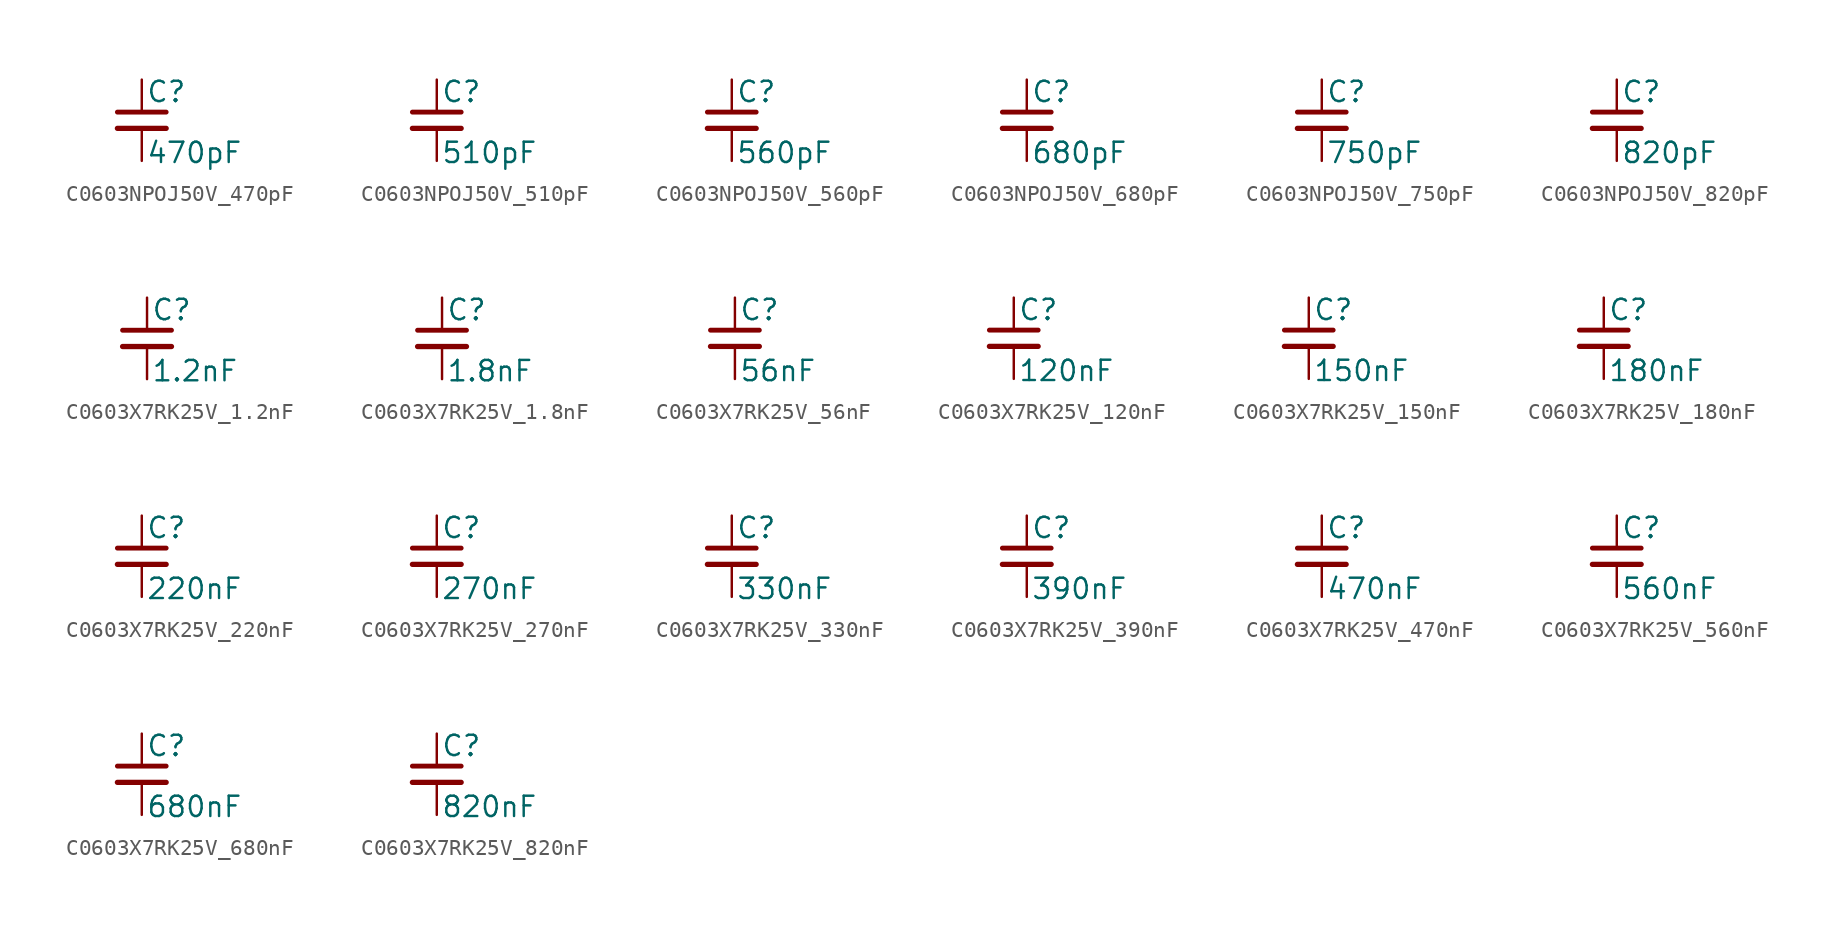
<source format=kicad_sym>
(kicad_symbol_lib
  (version 20220914)
  (generator kicad_symbol_editor)
  (symbol "C0603NPOJ50V_470pF"
    (pin_numbers hide)
    (pin_names
      (offset 0.254) hide)
    (property "Reference" "C"
      (at 0.254 1.778 0)
      (effects (font (size 1.27 1.27)) (justify left)))
    (property "Value" "470pF"
      (at 0.254 -2.032 0)
      (effects (font (size 1.27 1.27)) (justify left)))
    (symbol "C0603NPOJ50V_470pF_0_1"
      (polyline (pts (xy -1.524 -0.508) (xy 1.524 -0.508)) (stroke (width 0.33) (type default)) (fill (type none)))
      (polyline (pts (xy -1.524 0.508) (xy 1.524 0.508)) (stroke (width 0.305) (type default)) (fill (type none))))
    (symbol "C0603NPOJ50V_470pF_1_1"
      (pin passive line (at 0 2.54 270) (length 2.032) (name "~" (effects (font (size 1.27 1.27)))) (number "1" (effects (font (size 1.27 1.27)))))
      (pin passive line (at 0 -2.54 90) (length 2.032) (name "~" (effects (font (size 1.27 1.27)))) (number "2" (effects (font (size 1.27 1.27)))))))
  (symbol "C0603NPOJ50V_510pF"
    (pin_numbers hide)
    (pin_names
      (offset 0.254) hide)
    (property "Reference" "C"
      (at 0.254 1.778 0)
      (effects (font (size 1.27 1.27)) (justify left)))
    (property "Value" "510pF"
      (at 0.254 -2.032 0)
      (effects (font (size 1.27 1.27)) (justify left)))
    (symbol "C0603NPOJ50V_510pF_0_1"
      (polyline (pts (xy -1.524 -0.508) (xy 1.524 -0.508)) (stroke (width 0.33) (type default)) (fill (type none)))
      (polyline (pts (xy -1.524 0.508) (xy 1.524 0.508)) (stroke (width 0.305) (type default)) (fill (type none))))
    (symbol "C0603NPOJ50V_510pF_1_1"
      (pin passive line (at 0 2.54 270) (length 2.032) (name "~" (effects (font (size 1.27 1.27)))) (number "1" (effects (font (size 1.27 1.27)))))
      (pin passive line (at 0 -2.54 90) (length 2.032) (name "~" (effects (font (size 1.27 1.27)))) (number "2" (effects (font (size 1.27 1.27)))))))
  (symbol "C0603NPOJ50V_560pF"
    (pin_numbers hide)
    (pin_names
      (offset 0.254) hide)
    (property "Reference" "C"
      (at 0.254 1.778 0)
      (effects (font (size 1.27 1.27)) (justify left)))
    (property "Value" "560pF"
      (at 0.254 -2.032 0)
      (effects (font (size 1.27 1.27)) (justify left)))
    (symbol "C0603NPOJ50V_560pF_0_1"
      (polyline (pts (xy -1.524 -0.508) (xy 1.524 -0.508)) (stroke (width 0.33) (type default)) (fill (type none)))
      (polyline (pts (xy -1.524 0.508) (xy 1.524 0.508)) (stroke (width 0.305) (type default)) (fill (type none))))
    (symbol "C0603NPOJ50V_560pF_1_1"
      (pin passive line (at 0 2.54 270) (length 2.032) (name "~" (effects (font (size 1.27 1.27)))) (number "1" (effects (font (size 1.27 1.27)))))
      (pin passive line (at 0 -2.54 90) (length 2.032) (name "~" (effects (font (size 1.27 1.27)))) (number "2" (effects (font (size 1.27 1.27)))))))
  (symbol "C0603NPOJ50V_680pF"
    (pin_numbers hide)
    (pin_names
      (offset 0.254) hide)
    (property "Reference" "C"
      (at 0.254 1.778 0)
      (effects (font (size 1.27 1.27)) (justify left)))
    (property "Value" "680pF"
      (at 0.254 -2.032 0)
      (effects (font (size 1.27 1.27)) (justify left)))
    (symbol "C0603NPOJ50V_680pF_0_1"
      (polyline (pts (xy -1.524 -0.508) (xy 1.524 -0.508)) (stroke (width 0.33) (type default)) (fill (type none)))
      (polyline (pts (xy -1.524 0.508) (xy 1.524 0.508)) (stroke (width 0.305) (type default)) (fill (type none))))
    (symbol "C0603NPOJ50V_680pF_1_1"
      (pin passive line (at 0 2.54 270) (length 2.032) (name "~" (effects (font (size 1.27 1.27)))) (number "1" (effects (font (size 1.27 1.27)))))
      (pin passive line (at 0 -2.54 90) (length 2.032) (name "~" (effects (font (size 1.27 1.27)))) (number "2" (effects (font (size 1.27 1.27)))))))
  (symbol "C0603NPOJ50V_750pF"
    (pin_numbers hide)
    (pin_names
      (offset 0.254) hide)
    (property "Reference" "C"
      (at 0.254 1.778 0)
      (effects (font (size 1.27 1.27)) (justify left)))
    (property "Value" "750pF"
      (at 0.254 -2.032 0)
      (effects (font (size 1.27 1.27)) (justify left)))
    (symbol "C0603NPOJ50V_750pF_0_1"
      (polyline (pts (xy -1.524 -0.508) (xy 1.524 -0.508)) (stroke (width 0.33) (type default)) (fill (type none)))
      (polyline (pts (xy -1.524 0.508) (xy 1.524 0.508)) (stroke (width 0.305) (type default)) (fill (type none))))
    (symbol "C0603NPOJ50V_750pF_1_1"
      (pin passive line (at 0 2.54 270) (length 2.032) (name "~" (effects (font (size 1.27 1.27)))) (number "1" (effects (font (size 1.27 1.27)))))
      (pin passive line (at 0 -2.54 90) (length 2.032) (name "~" (effects (font (size 1.27 1.27)))) (number "2" (effects (font (size 1.27 1.27)))))))
  (symbol "C0603NPOJ50V_820pF"
    (pin_numbers hide)
    (pin_names
      (offset 0.254) hide)
    (property "Reference" "C"
      (at 0.254 1.778 0)
      (effects (font (size 1.27 1.27)) (justify left)))
    (property "Value" "820pF"
      (at 0.254 -2.032 0)
      (effects (font (size 1.27 1.27)) (justify left)))
    (symbol "C0603NPOJ50V_820pF_0_1"
      (polyline (pts (xy -1.524 -0.508) (xy 1.524 -0.508)) (stroke (width 0.33) (type default)) (fill (type none)))
      (polyline (pts (xy -1.524 0.508) (xy 1.524 0.508)) (stroke (width 0.305) (type default)) (fill (type none))))
    (symbol "C0603NPOJ50V_820pF_1_1"
      (pin passive line (at 0 2.54 270) (length 2.032) (name "~" (effects (font (size 1.27 1.27)))) (number "1" (effects (font (size 1.27 1.27)))))
      (pin passive line (at 0 -2.54 90) (length 2.032) (name "~" (effects (font (size 1.27 1.27)))) (number "2" (effects (font (size 1.27 1.27)))))))
  (symbol "C0603X7RK25V_1.2nF"
    (pin_numbers hide)
    (pin_names
      (offset 0.254) hide)
    (property "Reference" "C"
      (at 0.254 1.778 0)
      (effects (font (size 1.27 1.27)) (justify left)))
    (property "Value" "1.2nF"
      (at 0.254 -2.032 0)
      (effects (font (size 1.27 1.27)) (justify left)))
    (symbol "C0603X7RK25V_1.2nF_0_1"
      (polyline (pts (xy -1.524 -0.508) (xy 1.524 -0.508)) (stroke (width 0.33) (type default)) (fill (type none)))
      (polyline (pts (xy -1.524 0.508) (xy 1.524 0.508)) (stroke (width 0.305) (type default)) (fill (type none))))
    (symbol "C0603X7RK25V_1.2nF_1_1"
      (pin passive line (at 0 2.54 270) (length 2.032) (name "~" (effects (font (size 1.27 1.27)))) (number "1" (effects (font (size 1.27 1.27)))))
      (pin passive line (at 0 -2.54 90) (length 2.032) (name "~" (effects (font (size 1.27 1.27)))) (number "2" (effects (font (size 1.27 1.27)))))))
  (symbol "C0603X7RK25V_1.8nF"
    (pin_numbers hide)
    (pin_names
      (offset 0.254) hide)
    (property "Reference" "C"
      (at 0.254 1.778 0)
      (effects (font (size 1.27 1.27)) (justify left)))
    (property "Value" "1.8nF"
      (at 0.254 -2.032 0)
      (effects (font (size 1.27 1.27)) (justify left)))
    (symbol "C0603X7RK25V_1.8nF_0_1"
      (polyline (pts (xy -1.524 -0.508) (xy 1.524 -0.508)) (stroke (width 0.33) (type default)) (fill (type none)))
      (polyline (pts (xy -1.524 0.508) (xy 1.524 0.508)) (stroke (width 0.305) (type default)) (fill (type none))))
    (symbol "C0603X7RK25V_1.8nF_1_1"
      (pin passive line (at 0 2.54 270) (length 2.032) (name "~" (effects (font (size 1.27 1.27)))) (number "1" (effects (font (size 1.27 1.27)))))
      (pin passive line (at 0 -2.54 90) (length 2.032) (name "~" (effects (font (size 1.27 1.27)))) (number "2" (effects (font (size 1.27 1.27)))))))
  (symbol "C0603X7RK25V_56nF"
    (pin_numbers hide)
    (pin_names
      (offset 0.254) hide)
    (property "Reference" "C"
      (at 0.254 1.778 0)
      (effects (font (size 1.27 1.27)) (justify left)))
    (property "Value" "56nF"
      (at 0.254 -2.032 0)
      (effects (font (size 1.27 1.27)) (justify left)))
    (symbol "C0603X7RK25V_56nF_0_1"
      (polyline (pts (xy -1.524 -0.508) (xy 1.524 -0.508)) (stroke (width 0.33) (type default)) (fill (type none)))
      (polyline (pts (xy -1.524 0.508) (xy 1.524 0.508)) (stroke (width 0.305) (type default)) (fill (type none))))
    (symbol "C0603X7RK25V_56nF_1_1"
      (pin passive line (at 0 2.54 270) (length 2.032) (name "~" (effects (font (size 1.27 1.27)))) (number "1" (effects (font (size 1.27 1.27)))))
      (pin passive line (at 0 -2.54 90) (length 2.032) (name "~" (effects (font (size 1.27 1.27)))) (number "2" (effects (font (size 1.27 1.27)))))))
  (symbol "C0603X7RK25V_120nF"
    (pin_numbers hide)
    (pin_names
      (offset 0.254) hide)
    (property "Reference" "C"
      (at 0.254 1.778 0)
      (effects (font (size 1.27 1.27)) (justify left)))
    (property "Value" "120nF"
      (at 0.254 -2.032 0)
      (effects (font (size 1.27 1.27)) (justify left)))
    (symbol "C0603X7RK25V_120nF_0_1"
      (polyline (pts (xy -1.524 -0.508) (xy 1.524 -0.508)) (stroke (width 0.33) (type default)) (fill (type none)))
      (polyline (pts (xy -1.524 0.508) (xy 1.524 0.508)) (stroke (width 0.305) (type default)) (fill (type none))))
    (symbol "C0603X7RK25V_120nF_1_1"
      (pin passive line (at 0 2.54 270) (length 2.032) (name "~" (effects (font (size 1.27 1.27)))) (number "1" (effects (font (size 1.27 1.27)))))
      (pin passive line (at 0 -2.54 90) (length 2.032) (name "~" (effects (font (size 1.27 1.27)))) (number "2" (effects (font (size 1.27 1.27)))))))
  (symbol "C0603X7RK25V_150nF"
    (pin_numbers hide)
    (pin_names
      (offset 0.254) hide)
    (property "Reference" "C"
      (at 0.254 1.778 0)
      (effects (font (size 1.27 1.27)) (justify left)))
    (property "Value" "150nF"
      (at 0.254 -2.032 0)
      (effects (font (size 1.27 1.27)) (justify left)))
    (symbol "C0603X7RK25V_150nF_0_1"
      (polyline (pts (xy -1.524 -0.508) (xy 1.524 -0.508)) (stroke (width 0.33) (type default)) (fill (type none)))
      (polyline (pts (xy -1.524 0.508) (xy 1.524 0.508)) (stroke (width 0.305) (type default)) (fill (type none))))
    (symbol "C0603X7RK25V_150nF_1_1"
      (pin passive line (at 0 2.54 270) (length 2.032) (name "~" (effects (font (size 1.27 1.27)))) (number "1" (effects (font (size 1.27 1.27)))))
      (pin passive line (at 0 -2.54 90) (length 2.032) (name "~" (effects (font (size 1.27 1.27)))) (number "2" (effects (font (size 1.27 1.27)))))))
  (symbol "C0603X7RK25V_180nF"
    (pin_numbers hide)
    (pin_names
      (offset 0.254) hide)
    (property "Reference" "C"
      (at 0.254 1.778 0)
      (effects (font (size 1.27 1.27)) (justify left)))
    (property "Value" "180nF"
      (at 0.254 -2.032 0)
      (effects (font (size 1.27 1.27)) (justify left)))
    (symbol "C0603X7RK25V_180nF_0_1"
      (polyline (pts (xy -1.524 -0.508) (xy 1.524 -0.508)) (stroke (width 0.33) (type default)) (fill (type none)))
      (polyline (pts (xy -1.524 0.508) (xy 1.524 0.508)) (stroke (width 0.305) (type default)) (fill (type none))))
    (symbol "C0603X7RK25V_180nF_1_1"
      (pin passive line (at 0 2.54 270) (length 2.032) (name "~" (effects (font (size 1.27 1.27)))) (number "1" (effects (font (size 1.27 1.27)))))
      (pin passive line (at 0 -2.54 90) (length 2.032) (name "~" (effects (font (size 1.27 1.27)))) (number "2" (effects (font (size 1.27 1.27)))))))
  (symbol "C0603X7RK25V_220nF"
    (pin_numbers hide)
    (pin_names
      (offset 0.254) hide)
    (property "Reference" "C"
      (at 0.254 1.778 0)
      (effects (font (size 1.27 1.27)) (justify left)))
    (property "Value" "220nF"
      (at 0.254 -2.032 0)
      (effects (font (size 1.27 1.27)) (justify left)))
    (symbol "C0603X7RK25V_220nF_0_1"
      (polyline (pts (xy -1.524 -0.508) (xy 1.524 -0.508)) (stroke (width 0.33) (type default)) (fill (type none)))
      (polyline (pts (xy -1.524 0.508) (xy 1.524 0.508)) (stroke (width 0.305) (type default)) (fill (type none))))
    (symbol "C0603X7RK25V_220nF_1_1"
      (pin passive line (at 0 2.54 270) (length 2.032) (name "~" (effects (font (size 1.27 1.27)))) (number "1" (effects (font (size 1.27 1.27)))))
      (pin passive line (at 0 -2.54 90) (length 2.032) (name "~" (effects (font (size 1.27 1.27)))) (number "2" (effects (font (size 1.27 1.27)))))))
  (symbol "C0603X7RK25V_270nF"
    (pin_numbers hide)
    (pin_names
      (offset 0.254) hide)
    (property "Reference" "C"
      (at 0.254 1.778 0)
      (effects (font (size 1.27 1.27)) (justify left)))
    (property "Value" "270nF"
      (at 0.254 -2.032 0)
      (effects (font (size 1.27 1.27)) (justify left)))
    (symbol "C0603X7RK25V_270nF_0_1"
      (polyline (pts (xy -1.524 -0.508) (xy 1.524 -0.508)) (stroke (width 0.33) (type default)) (fill (type none)))
      (polyline (pts (xy -1.524 0.508) (xy 1.524 0.508)) (stroke (width 0.305) (type default)) (fill (type none))))
    (symbol "C0603X7RK25V_270nF_1_1"
      (pin passive line (at 0 2.54 270) (length 2.032) (name "~" (effects (font (size 1.27 1.27)))) (number "1" (effects (font (size 1.27 1.27)))))
      (pin passive line (at 0 -2.54 90) (length 2.032) (name "~" (effects (font (size 1.27 1.27)))) (number "2" (effects (font (size 1.27 1.27)))))))
  (symbol "C0603X7RK25V_330nF"
    (pin_numbers hide)
    (pin_names
      (offset 0.254) hide)
    (property "Reference" "C"
      (at 0.254 1.778 0)
      (effects (font (size 1.27 1.27)) (justify left)))
    (property "Value" "330nF"
      (at 0.254 -2.032 0)
      (effects (font (size 1.27 1.27)) (justify left)))
    (symbol "C0603X7RK25V_330nF_0_1"
      (polyline (pts (xy -1.524 -0.508) (xy 1.524 -0.508)) (stroke (width 0.33) (type default)) (fill (type none)))
      (polyline (pts (xy -1.524 0.508) (xy 1.524 0.508)) (stroke (width 0.305) (type default)) (fill (type none))))
    (symbol "C0603X7RK25V_330nF_1_1"
      (pin passive line (at 0 2.54 270) (length 2.032) (name "~" (effects (font (size 1.27 1.27)))) (number "1" (effects (font (size 1.27 1.27)))))
      (pin passive line (at 0 -2.54 90) (length 2.032) (name "~" (effects (font (size 1.27 1.27)))) (number "2" (effects (font (size 1.27 1.27)))))))
  (symbol "C0603X7RK25V_390nF"
    (pin_numbers hide)
    (pin_names
      (offset 0.254) hide)
    (property "Reference" "C"
      (at 0.254 1.778 0)
      (effects (font (size 1.27 1.27)) (justify left)))
    (property "Value" "390nF"
      (at 0.254 -2.032 0)
      (effects (font (size 1.27 1.27)) (justify left)))
    (symbol "C0603X7RK25V_390nF_0_1"
      (polyline (pts (xy -1.524 -0.508) (xy 1.524 -0.508)) (stroke (width 0.33) (type default)) (fill (type none)))
      (polyline (pts (xy -1.524 0.508) (xy 1.524 0.508)) (stroke (width 0.305) (type default)) (fill (type none))))
    (symbol "C0603X7RK25V_390nF_1_1"
      (pin passive line (at 0 2.54 270) (length 2.032) (name "~" (effects (font (size 1.27 1.27)))) (number "1" (effects (font (size 1.27 1.27)))))
      (pin passive line (at 0 -2.54 90) (length 2.032) (name "~" (effects (font (size 1.27 1.27)))) (number "2" (effects (font (size 1.27 1.27)))))))
  (symbol "C0603X7RK25V_470nF"
    (pin_numbers hide)
    (pin_names
      (offset 0.254) hide)
    (property "Reference" "C"
      (at 0.254 1.778 0)
      (effects (font (size 1.27 1.27)) (justify left)))
    (property "Value" "470nF"
      (at 0.254 -2.032 0)
      (effects (font (size 1.27 1.27)) (justify left)))
    (symbol "C0603X7RK25V_470nF_0_1"
      (polyline (pts (xy -1.524 -0.508) (xy 1.524 -0.508)) (stroke (width 0.33) (type default)) (fill (type none)))
      (polyline (pts (xy -1.524 0.508) (xy 1.524 0.508)) (stroke (width 0.305) (type default)) (fill (type none))))
    (symbol "C0603X7RK25V_470nF_1_1"
      (pin passive line (at 0 2.54 270) (length 2.032) (name "~" (effects (font (size 1.27 1.27)))) (number "1" (effects (font (size 1.27 1.27)))))
      (pin passive line (at 0 -2.54 90) (length 2.032) (name "~" (effects (font (size 1.27 1.27)))) (number "2" (effects (font (size 1.27 1.27)))))))
  (symbol "C0603X7RK25V_560nF"
    (pin_numbers hide)
    (pin_names
      (offset 0.254) hide)
    (property "Reference" "C"
      (at 0.254 1.778 0)
      (effects (font (size 1.27 1.27)) (justify left)))
    (property "Value" "560nF"
      (at 0.254 -2.032 0)
      (effects (font (size 1.27 1.27)) (justify left)))
    (symbol "C0603X7RK25V_560nF_0_1"
      (polyline (pts (xy -1.524 -0.508) (xy 1.524 -0.508)) (stroke (width 0.33) (type default)) (fill (type none)))
      (polyline (pts (xy -1.524 0.508) (xy 1.524 0.508)) (stroke (width 0.305) (type default)) (fill (type none))))
    (symbol "C0603X7RK25V_560nF_1_1"
      (pin passive line (at 0 2.54 270) (length 2.032) (name "~" (effects (font (size 1.27 1.27)))) (number "1" (effects (font (size 1.27 1.27)))))
      (pin passive line (at 0 -2.54 90) (length 2.032) (name "~" (effects (font (size 1.27 1.27)))) (number "2" (effects (font (size 1.27 1.27)))))))
  (symbol "C0603X7RK25V_680nF"
    (pin_numbers hide)
    (pin_names
      (offset 0.254) hide)
    (property "Reference" "C"
      (at 0.254 1.778 0)
      (effects (font (size 1.27 1.27)) (justify left)))
    (property "Value" "680nF"
      (at 0.254 -2.032 0)
      (effects (font (size 1.27 1.27)) (justify left)))
    (symbol "C0603X7RK25V_680nF_0_1"
      (polyline (pts (xy -1.524 -0.508) (xy 1.524 -0.508)) (stroke (width 0.33) (type default)) (fill (type none)))
      (polyline (pts (xy -1.524 0.508) (xy 1.524 0.508)) (stroke (width 0.305) (type default)) (fill (type none))))
    (symbol "C0603X7RK25V_680nF_1_1"
      (pin passive line (at 0 2.54 270) (length 2.032) (name "~" (effects (font (size 1.27 1.27)))) (number "1" (effects (font (size 1.27 1.27)))))
      (pin passive line (at 0 -2.54 90) (length 2.032) (name "~" (effects (font (size 1.27 1.27)))) (number "2" (effects (font (size 1.27 1.27)))))))
  (symbol "C0603X7RK25V_820nF"
    (pin_numbers hide)
    (pin_names
      (offset 0.254) hide)
    (property "Reference" "C"
      (at 0.254 1.778 0)
      (effects (font (size 1.27 1.27)) (justify left)))
    (property "Value" "820nF"
      (at 0.254 -2.032 0)
      (effects (font (size 1.27 1.27)) (justify left)))
    (symbol "C0603X7RK25V_820nF_0_1"
      (polyline (pts (xy -1.524 -0.508) (xy 1.524 -0.508)) (stroke (width 0.33) (type default)) (fill (type none)))
      (polyline (pts (xy -1.524 0.508) (xy 1.524 0.508)) (stroke (width 0.305) (type default)) (fill (type none))))
    (symbol "C0603X7RK25V_820nF_1_1"
      (pin passive line (at 0 2.54 270) (length 2.032) (name "~" (effects (font (size 1.27 1.27)))) (number "1" (effects (font (size 1.27 1.27)))))
      (pin passive line (at 0 -2.54 90) (length 2.032) (name "~" (effects (font (size 1.27 1.27)))) (number "2" (effects (font (size 1.27 1.27))))))))
</source>
